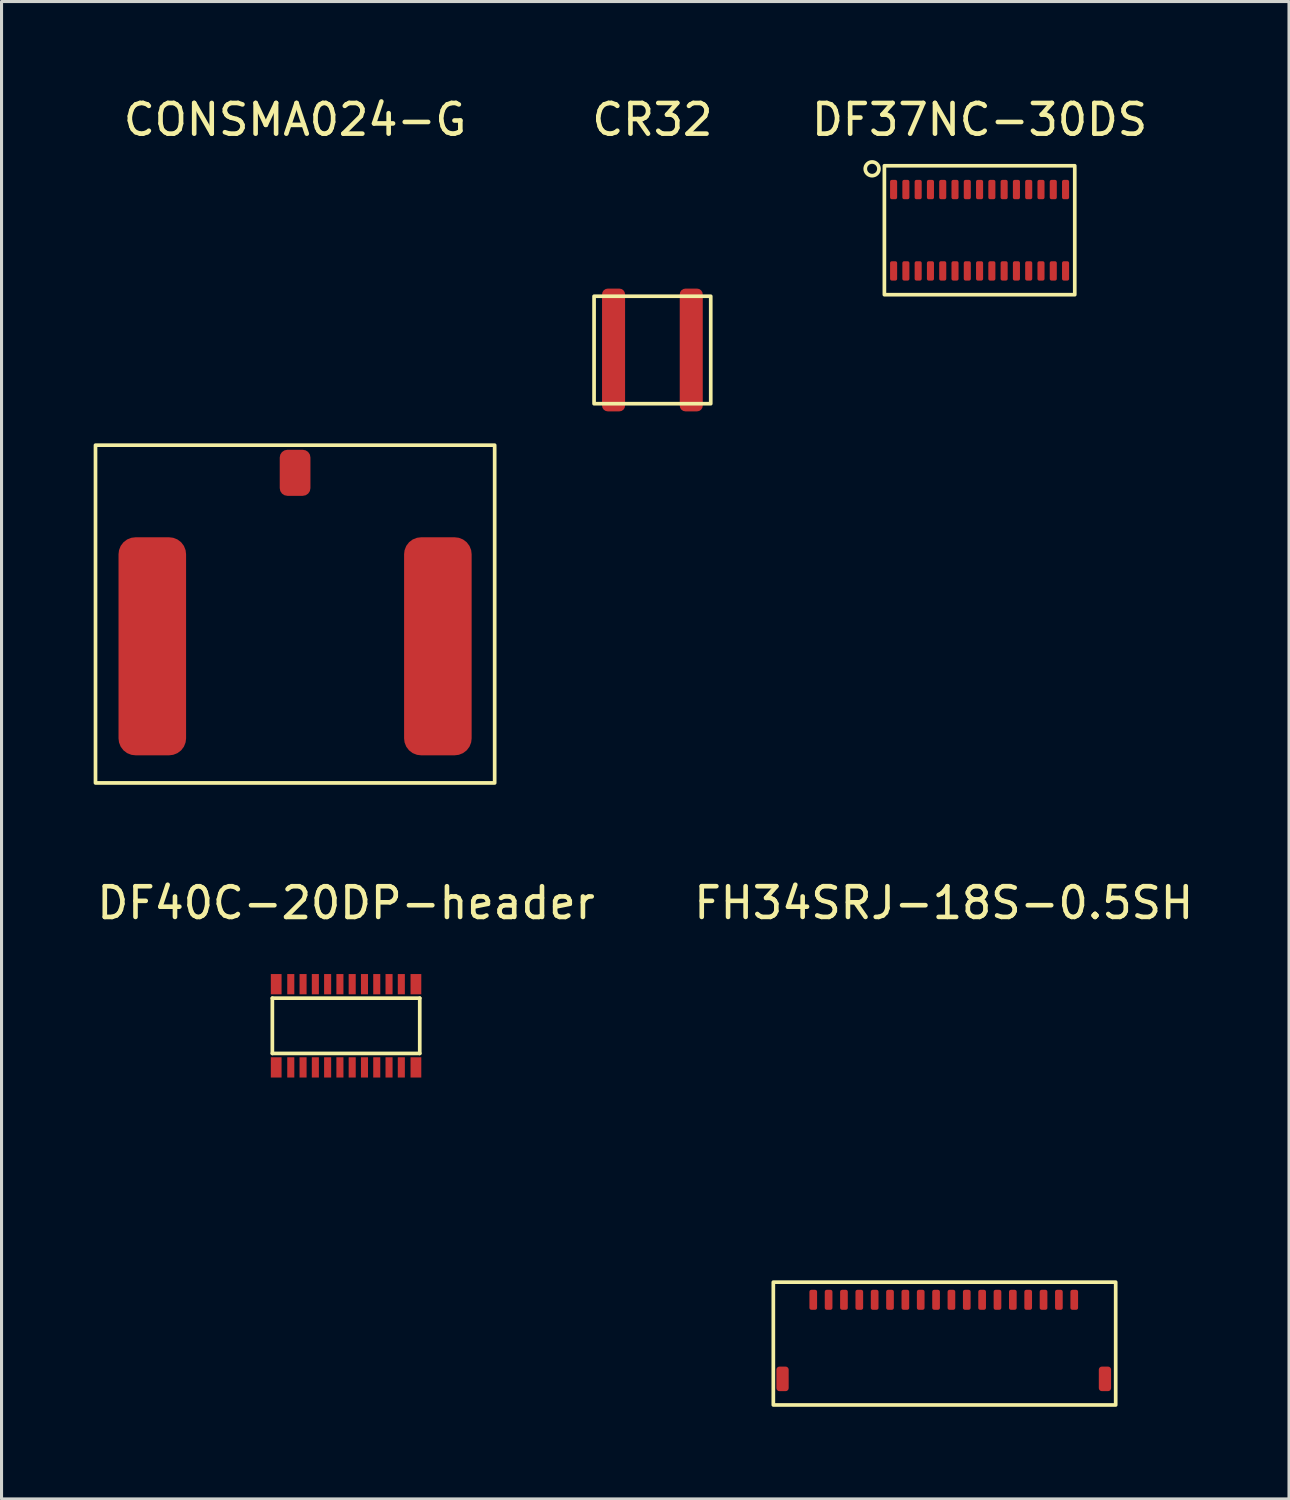
<source format=kicad_pcb>
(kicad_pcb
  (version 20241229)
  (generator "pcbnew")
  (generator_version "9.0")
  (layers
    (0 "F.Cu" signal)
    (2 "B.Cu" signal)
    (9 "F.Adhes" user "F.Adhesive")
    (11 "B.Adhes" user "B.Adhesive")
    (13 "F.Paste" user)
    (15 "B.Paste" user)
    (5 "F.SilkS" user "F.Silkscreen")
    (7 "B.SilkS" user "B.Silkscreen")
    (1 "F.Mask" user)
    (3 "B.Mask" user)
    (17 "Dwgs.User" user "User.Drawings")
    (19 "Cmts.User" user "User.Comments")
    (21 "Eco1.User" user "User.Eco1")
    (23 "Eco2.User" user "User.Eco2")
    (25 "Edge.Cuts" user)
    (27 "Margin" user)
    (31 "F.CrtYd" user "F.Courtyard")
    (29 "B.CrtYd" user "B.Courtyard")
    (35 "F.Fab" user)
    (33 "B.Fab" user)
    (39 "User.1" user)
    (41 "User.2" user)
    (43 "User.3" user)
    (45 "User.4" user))
  (footprint "CONSMA024-G"
    (layer "F.Cu")
    (at 6.56 14.448)
    (property "Reference" "CONSMA024-G" (at 0 -13.6 0) (unlocked yes) (layer "F.SilkS") (effects (font (size 1 1) (thickness 0.15))))
    (attr smd)
    (fp_rect (start -6.5 -3) (end 6.5 8) (stroke (width 0.12) (type default)) (fill no) (layer "F.SilkS"))
    (pad "1" smd roundrect (at -4.65 3.55) (size 2.2 7.1) (layers "F.Cu" "F.Mask" "F.Paste") (roundrect_rratio 0.25))
    (pad "1" smd roundrect (at 4.65 3.55) (size 2.2 7.1) (layers "F.Cu" "F.Mask" "F.Paste") (roundrect_rratio 0.25))
    (pad "2" smd roundrect (at 0 -2.1 180) (size 1 1.5) (layers "F.Cu" "F.Mask" "F.Paste") (roundrect_rratio 0.25)))
  (footprint "FH34SRJ-18S-0.5SH"
    (layer "F.Cu")
    (at 27.685 38.956)
    (property "Reference" "FH34SRJ-18S-0.5SH" (at 0 -12.6 0) (unlocked yes) (layer "F.SilkS") (effects (font (size 1 1) (thickness 0.15))))
    (attr smd)
    (fp_rect (start -5.55 -0.25) (end 5.6 3.75) (stroke (width 0.12) (type default)) (fill no) (layer "F.SilkS"))
    (pad "1" smd roundrect (at -4.25 0.325 90) (size 0.65 0.25) (layers "F.Cu" "F.Mask" "F.Paste") (roundrect_rratio 0.25))
    (pad "2" smd roundrect (at -3.75 0.325 90) (size 0.65 0.25) (layers "F.Cu" "F.Mask" "F.Paste") (roundrect_rratio 0.25))
    (pad "3" smd roundrect (at -3.25 0.325 90) (size 0.65 0.25) (layers "F.Cu" "F.Mask" "F.Paste") (roundrect_rratio 0.25))
    (pad "4" smd roundrect (at -2.75 0.325 90) (size 0.65 0.25) (layers "F.Cu" "F.Mask" "F.Paste") (roundrect_rratio 0.25))
    (pad "5" smd roundrect (at -2.25 0.325 90) (size 0.65 0.25) (layers "F.Cu" "F.Mask" "F.Paste") (roundrect_rratio 0.25))
    (pad "6" smd roundrect (at -1.75 0.325 90) (size 0.65 0.25) (layers "F.Cu" "F.Mask" "F.Paste") (roundrect_rratio 0.25))
    (pad "7" smd roundrect (at -1.25 0.325 90) (size 0.65 0.25) (layers "F.Cu" "F.Mask" "F.Paste") (roundrect_rratio 0.25))
    (pad "8" smd roundrect (at -0.75 0.325 90) (size 0.65 0.25) (layers "F.Cu" "F.Mask" "F.Paste") (roundrect_rratio 0.25))
    (pad "9" smd roundrect (at -0.25 0.325 90) (size 0.65 0.25) (layers "F.Cu" "F.Mask" "F.Paste") (roundrect_rratio 0.25))
    (pad "10" smd roundrect (at 0.25 0.325 90) (size 0.65 0.25) (layers "F.Cu" "F.Mask" "F.Paste") (roundrect_rratio 0.25))
    (pad "11" smd roundrect (at 0.75 0.325 90) (size 0.65 0.25) (layers "F.Cu" "F.Mask" "F.Paste") (roundrect_rratio 0.25))
    (pad "12" smd roundrect (at 1.25 0.325 90) (size 0.65 0.25) (layers "F.Cu" "F.Mask" "F.Paste") (roundrect_rratio 0.25))
    (pad "13" smd roundrect (at 1.75 0.325 90) (size 0.65 0.25) (layers "F.Cu" "F.Mask" "F.Paste") (roundrect_rratio 0.25))
    (pad "14" smd roundrect (at 2.25 0.325 90) (size 0.65 0.25) (layers "F.Cu" "F.Mask" "F.Paste") (roundrect_rratio 0.25))
    (pad "15" smd roundrect (at 2.75 0.325 90) (size 0.65 0.25) (layers "F.Cu" "F.Mask" "F.Paste") (roundrect_rratio 0.25))
    (pad "16" smd roundrect (at 3.25 0.325 90) (size 0.65 0.25) (layers "F.Cu" "F.Mask" "F.Paste") (roundrect_rratio 0.25))
    (pad "17" smd roundrect (at 3.75 0.325 90) (size 0.65 0.25) (layers "F.Cu" "F.Mask" "F.Paste") (roundrect_rratio 0.25))
    (pad "18" smd roundrect (at 4.25 0.325 90) (size 0.65 0.25) (layers "F.Cu" "F.Mask" "F.Paste") (roundrect_rratio 0.25))
    (pad "19" smd roundrect (at -5.25 2.9 90) (size 0.8 0.4) (layers "F.Cu" "F.Mask" "F.Paste") (roundrect_rratio 0.25))
    (pad "20" smd roundrect (at 5.25 2.9 90) (size 0.8 0.4) (layers "F.Cu" "F.Mask" "F.Paste") (roundrect_rratio 0.25)))
  (footprint "DF40C-20DP-header"
    (layer "F.Cu")
    (at 8.22 30.357)
    (property "Reference" "DF40C-20DP-header" (at 0 -4 0) (layer "F.SilkS") (effects (font (size 1 1) (thickness 0.15))))
    (attr through_hole)
    (fp_line (start -2.4 -0.9) (end -2.4 0.9) (stroke (width 0.12) (type solid)) (layer "F.SilkS"))
    (fp_line (start -2.4 0.9) (end 2.4 0.9) (stroke (width 0.12) (type solid)) (layer "F.SilkS"))
    (fp_line (start 2.4 -0.9) (end -2.4 -0.9) (stroke (width 0.12) (type solid)) (layer "F.SilkS"))
    (fp_line (start 2.4 0.9) (end 2.4 -0.9) (stroke (width 0.12) (type solid)) (layer "F.SilkS"))
    (pad "1" smd rect (at -1.8 1.355) (size 0.23 0.66) (layers "F.Cu" "F.Mask" "F.Paste"))
    (pad "2" smd rect (at -1.4 1.355) (size 0.23 0.66) (layers "F.Cu" "F.Mask" "F.Paste"))
    (pad "3" smd rect (at -1 1.355) (size 0.23 0.66) (layers "F.Cu" "F.Mask" "F.Paste"))
    (pad "4" smd rect (at -0.6 1.355) (size 0.23 0.66) (layers "F.Cu" "F.Mask" "F.Paste"))
    (pad "5" smd rect (at -0.2 1.355) (size 0.23 0.66) (layers "F.Cu" "F.Mask" "F.Paste"))
    (pad "6" smd rect (at 0.2 1.355) (size 0.23 0.66) (layers "F.Cu" "F.Mask" "F.Paste"))
    (pad "7" smd rect (at 0.6 1.355) (size 0.23 0.66) (layers "F.Cu" "F.Mask" "F.Paste"))
    (pad "8" smd rect (at 1 1.355) (size 0.23 0.66) (layers "F.Cu" "F.Mask" "F.Paste"))
    (pad "9" smd rect (at 1.4 1.355) (size 0.23 0.66) (layers "F.Cu" "F.Mask" "F.Paste"))
    (pad "10" smd rect (at 1.8 1.355) (size 0.23 0.66) (layers "F.Cu" "F.Mask" "F.Paste"))
    (pad "11" smd rect (at 1.8 -1.355) (size 0.23 0.66) (layers "F.Cu" "F.Mask" "F.Paste"))
    (pad "12" smd rect (at 1.4 -1.355) (size 0.23 0.66) (layers "F.Cu" "F.Mask" "F.Paste"))
    (pad "13" smd rect (at 1 -1.355) (size 0.23 0.66) (layers "F.Cu" "F.Mask" "F.Paste"))
    (pad "14" smd rect (at 0.6 -1.355) (size 0.23 0.66) (layers "F.Cu" "F.Mask" "F.Paste"))
    (pad "15" smd rect (at 0.2 -1.355) (size 0.23 0.66) (layers "F.Cu" "F.Mask" "F.Paste"))
    (pad "16" smd rect (at -0.2 -1.355) (size 0.23 0.66) (layers "F.Cu" "F.Mask" "F.Paste"))
    (pad "17" smd rect (at -0.6 -1.355) (size 0.23 0.66) (layers "F.Cu" "F.Mask" "F.Paste"))
    (pad "18" smd rect (at -1 -1.355) (size 0.23 0.66) (layers "F.Cu" "F.Mask" "F.Paste"))
    (pad "19" smd rect (at -1.4 -1.355) (size 0.23 0.66) (layers "F.Cu" "F.Mask" "F.Paste"))
    (pad "20" smd rect (at -1.8 -1.355) (size 0.23 0.66) (layers "F.Cu" "F.Mask" "F.Paste"))
    (pad "21" smd rect (at -2.275 1.355) (size 0.35 0.66) (layers "F.Cu" "F.Mask" "F.Paste"))
    (pad "22" smd rect (at 2.275 -1.355) (size 0.35 0.66) (layers "F.Cu" "F.Mask" "F.Paste"))
    (pad "22" smd rect (at 2.275 1.355) (size 0.35 0.66) (layers "F.Cu" "F.Mask" "F.Paste"))
    (pad "24" smd rect (at -2.275 -1.355) (size 0.35 0.66) (layers "F.Cu" "F.Mask" "F.Paste")))
  (footprint "DF37NC-30DS"
    (layer "F.Cu")
    (at 28.852 4.448)
    (property "Reference" "DF37NC-30DS" (at 0 -3.6 0) (unlocked yes) (layer "F.SilkS") (effects (font (size 1 1) (thickness 0.15))))
    (attr smd)
    (fp_rect (start -3.1 -2.1) (end 3.1 2.1) (stroke (width 0.12) (type solid)) (fill no) (layer "F.SilkS"))
    (fp_circle (center -3.5 -2) (end -3.6 -1.8) (stroke (width 0.12) (type solid)) (fill no) (layer "F.SilkS"))
    (pad "1" smd roundrect (at -2.8 -1.325) (size 0.23 0.63) (layers "F.Cu" "F.Mask" "F.Paste") (roundrect_rratio 0.25))
    (pad "2" smd roundrect (at -2.4 -1.325) (size 0.23 0.63) (layers "F.Cu" "F.Mask" "F.Paste") (roundrect_rratio 0.25))
    (pad "3" smd roundrect (at -2 -1.325) (size 0.23 0.63) (layers "F.Cu" "F.Mask" "F.Paste") (roundrect_rratio 0.25))
    (pad "4" smd roundrect (at -1.6 -1.325) (size 0.23 0.63) (layers "F.Cu" "F.Mask" "F.Paste") (roundrect_rratio 0.25))
    (pad "5" smd roundrect (at -1.2 -1.325) (size 0.23 0.63) (layers "F.Cu" "F.Mask" "F.Paste") (roundrect_rratio 0.25))
    (pad "6" smd roundrect (at -0.8 -1.325) (size 0.23 0.63) (layers "F.Cu" "F.Mask" "F.Paste") (roundrect_rratio 0.25))
    (pad "7" smd roundrect (at -0.4 -1.325) (size 0.23 0.63) (layers "F.Cu" "F.Mask" "F.Paste") (roundrect_rratio 0.25))
    (pad "8" smd roundrect (at 0 -1.325) (size 0.23 0.63) (layers "F.Cu" "F.Mask" "F.Paste") (roundrect_rratio 0.25))
    (pad "9" smd roundrect (at 0.4 -1.325) (size 0.23 0.63) (layers "F.Cu" "F.Mask" "F.Paste") (roundrect_rratio 0.25))
    (pad "10" smd roundrect (at 0.8 -1.325) (size 0.23 0.63) (layers "F.Cu" "F.Mask" "F.Paste") (roundrect_rratio 0.25))
    (pad "11" smd roundrect (at 1.2 -1.325) (size 0.23 0.63) (layers "F.Cu" "F.Mask" "F.Paste") (roundrect_rratio 0.25))
    (pad "12" smd roundrect (at 1.6 -1.325) (size 0.23 0.63) (layers "F.Cu" "F.Mask" "F.Paste") (roundrect_rratio 0.25))
    (pad "13" smd roundrect (at 2 -1.325) (size 0.23 0.63) (layers "F.Cu" "F.Mask" "F.Paste") (roundrect_rratio 0.25))
    (pad "14" smd roundrect (at 2.4 -1.325) (size 0.23 0.63) (layers "F.Cu" "F.Mask" "F.Paste") (roundrect_rratio 0.25))
    (pad "15" smd roundrect (at 2.8 -1.325) (size 0.23 0.63) (layers "F.Cu" "F.Mask" "F.Paste") (roundrect_rratio 0.25))
    (pad "16" smd roundrect (at -2.8 1.325) (size 0.23 0.63) (layers "F.Cu" "F.Mask" "F.Paste") (roundrect_rratio 0.25))
    (pad "17" smd roundrect (at -2.4 1.325) (size 0.23 0.63) (layers "F.Cu" "F.Mask" "F.Paste") (roundrect_rratio 0.25))
    (pad "18" smd roundrect (at -2 1.325) (size 0.23 0.63) (layers "F.Cu" "F.Mask" "F.Paste") (roundrect_rratio 0.25))
    (pad "19" smd roundrect (at -1.6 1.325) (size 0.23 0.63) (layers "F.Cu" "F.Mask" "F.Paste") (roundrect_rratio 0.25))
    (pad "20" smd roundrect (at -1.2 1.325) (size 0.23 0.63) (layers "F.Cu" "F.Mask" "F.Paste") (roundrect_rratio 0.25))
    (pad "21" smd roundrect (at -0.8 1.325) (size 0.23 0.63) (layers "F.Cu" "F.Mask" "F.Paste") (roundrect_rratio 0.25))
    (pad "22" smd roundrect (at -0.4 1.325) (size 0.23 0.63) (layers "F.Cu" "F.Mask" "F.Paste") (roundrect_rratio 0.25))
    (pad "23" smd roundrect (at 0 1.325) (size 0.23 0.63) (layers "F.Cu" "F.Mask" "F.Paste") (roundrect_rratio 0.25))
    (pad "24" smd roundrect (at 0.4 1.325) (size 0.23 0.63) (layers "F.Cu" "F.Mask" "F.Paste") (roundrect_rratio 0.25))
    (pad "25" smd roundrect (at 0.8 1.325) (size 0.23 0.63) (layers "F.Cu" "F.Mask" "F.Paste") (roundrect_rratio 0.25))
    (pad "26" smd roundrect (at 1.2 1.325) (size 0.23 0.63) (layers "F.Cu" "F.Mask" "F.Paste") (roundrect_rratio 0.25))
    (pad "27" smd roundrect (at 1.6 1.325) (size 0.23 0.63) (layers "F.Cu" "F.Mask" "F.Paste") (roundrect_rratio 0.25))
    (pad "28" smd roundrect (at 2 1.325) (size 0.23 0.63) (layers "F.Cu" "F.Mask" "F.Paste") (roundrect_rratio 0.25))
    (pad "29" smd roundrect (at 2.4 1.325) (size 0.23 0.63) (layers "F.Cu" "F.Mask" "F.Paste") (roundrect_rratio 0.25))
    (pad "30" smd roundrect (at 2.8 1.325) (size 0.23 0.63) (layers "F.Cu" "F.Mask" "F.Paste") (roundrect_rratio 0.25)))
  (footprint "CR32"
    (layer "F.Cu")
    (at 18.197 8.348)
    (property "Reference" "CR32" (at 0 -7.5 0) (unlocked yes) (layer "F.SilkS") (effects (font (size 1 1) (thickness 0.15))))
    (attr smd)
    (fp_rect (start -1.9 -1.75) (end 1.9 1.75) (stroke (width 0.12) (type default)) (fill no) (layer "F.SilkS"))
    (pad "1" smd roundrect (at -1.265 0) (size 0.75 4) (layers "F.Cu" "F.Mask" "F.Paste") (roundrect_rratio 0.25))
    (pad "2" smd roundrect (at 1.265 0) (size 0.75 4) (layers "F.Cu" "F.Mask" "F.Paste") (roundrect_rratio 0.25)))
  (gr_rect
    (start -3 -3)
    (end 38.929 45.767)
    (stroke (width 0.1) (type default))
    (fill no)
    (layer "Edge.Cuts")))
</source>
